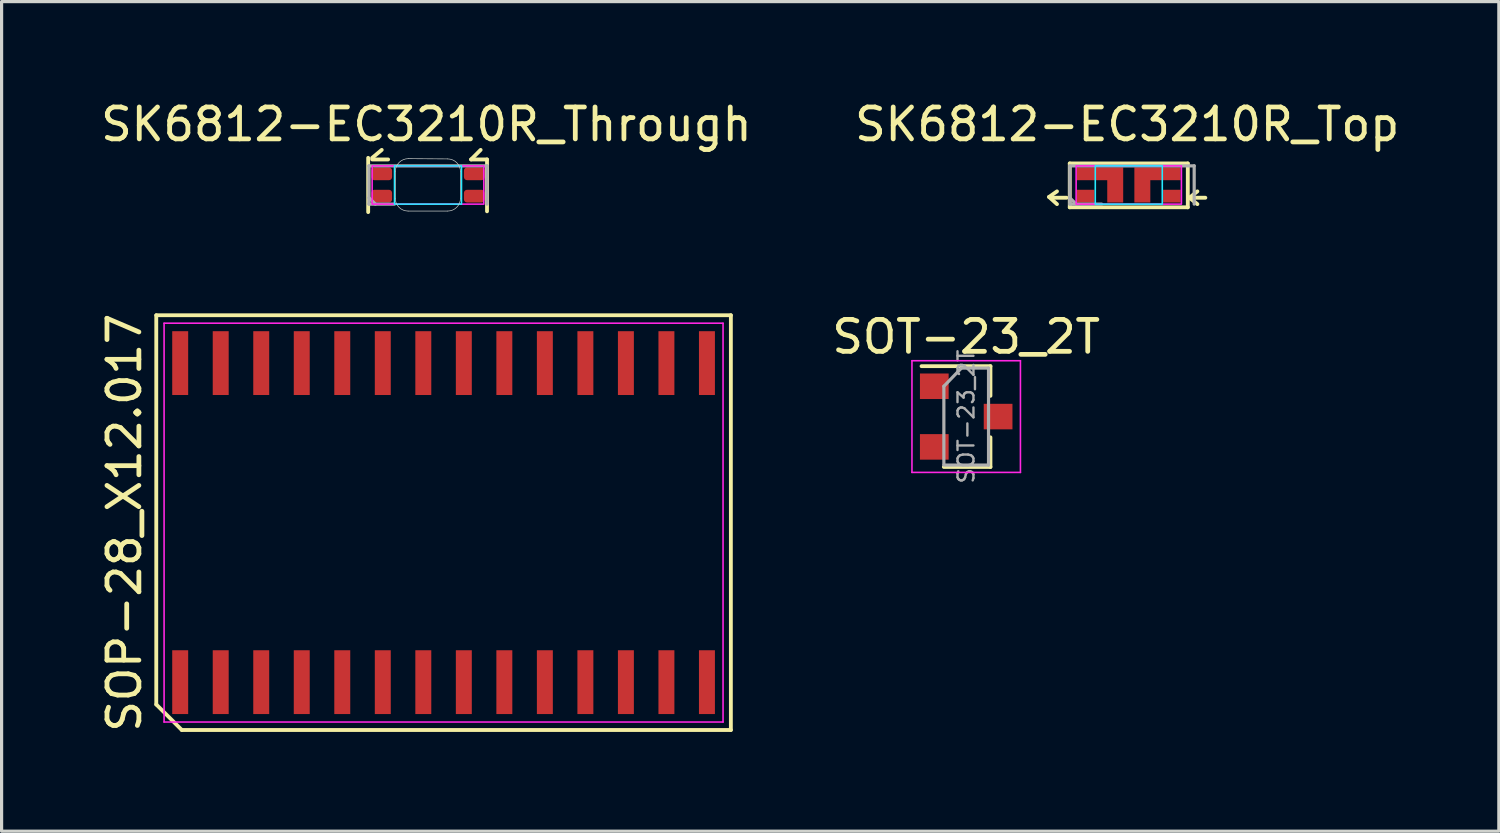
<source format=kicad_pcb>
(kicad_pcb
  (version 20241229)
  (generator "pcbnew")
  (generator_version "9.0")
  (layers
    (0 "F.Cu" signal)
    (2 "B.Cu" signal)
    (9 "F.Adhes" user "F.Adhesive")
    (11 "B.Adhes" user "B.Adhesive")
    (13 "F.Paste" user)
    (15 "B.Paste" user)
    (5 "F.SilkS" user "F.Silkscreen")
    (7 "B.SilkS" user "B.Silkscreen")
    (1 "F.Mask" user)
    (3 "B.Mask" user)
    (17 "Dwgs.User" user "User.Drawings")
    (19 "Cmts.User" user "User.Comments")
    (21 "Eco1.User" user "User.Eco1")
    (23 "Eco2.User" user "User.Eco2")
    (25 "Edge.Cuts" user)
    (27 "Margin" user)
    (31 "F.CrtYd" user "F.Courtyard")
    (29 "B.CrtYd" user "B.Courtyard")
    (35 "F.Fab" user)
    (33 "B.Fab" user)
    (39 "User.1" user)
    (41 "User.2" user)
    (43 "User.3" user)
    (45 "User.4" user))
  (footprint "SK6812-EC3210R_Top"
    (layer "F.Cu")
    (at 32.28 2.748)
    (property "Reference" "SK6812-EC3210R_Top" (at 0 -1.9 0) (layer "F.SilkS") (effects (font (size 1 1) (thickness 0.15))))
    (attr smd)
    (fp_line (start -2.45 0.375) (end -2.2 0.2) (stroke (width 0.12) (type default)) (layer "F.SilkS"))
    (fp_line (start -2.2 0.6) (end -2.45 0.375) (stroke (width 0.12) (type default)) (layer "F.SilkS"))
    (fp_line (start -1.9 0.4) (end -2.4 0.4) (stroke (width 0.12) (type default)) (layer "F.SilkS"))
    (fp_line (start -1.8 -0.675) (end 1.9 -0.675) (stroke (width 0.12) (type solid)) (layer "F.SilkS"))
    (fp_line (start -1.8 0.7) (end -1.8 -0.675) (stroke (width 0.12) (type solid)) (layer "F.SilkS"))
    (fp_line (start -1.8 0.7) (end 1.9 0.7) (stroke (width 0.12) (type solid)) (layer "F.SilkS"))
    (fp_line (start 1.9 -0.675) (end 1.9 0.7) (stroke (width 0.12) (type default)) (layer "F.SilkS"))
    (fp_line (start 1.95 0.4) (end 2.45 0.4) (stroke (width 0.12) (type default)) (layer "F.SilkS"))
    (fp_line (start 2.2 0.2) (end 1.95 0.4) (stroke (width 0.12) (type default)) (layer "F.SilkS"))
    (fp_line (start 2.2 0.6) (end 1.95 0.4) (stroke (width 0.12) (type default)) (layer "F.SilkS"))
    (fp_rect (start -1 -0.6) (end 1.1 0.6) (stroke (width 0.05) (type default)) (fill no) (layer "B.CrtYd"))
    (fp_rect (start -1.6 -0.6) (end 1.7 0.6) (stroke (width 0.05) (type default)) (fill no) (layer "F.CrtYd"))
    (fp_line (start -1.8 -0.6) (end -1.8 0.6) (stroke (width 0.1) (type solid)) (layer "F.Fab"))
    (fp_line (start -1.6 0.6) (end -1.8 0.4) (stroke (width 0.1) (type solid)) (layer "F.Fab"))
    (fp_line (start -0.8 0.6) (end -1.8 0.6) (stroke (width 0.1) (type solid)) (layer "F.Fab"))
    (fp_line (start 2.1 -0.6) (end -1.8 -0.6) (stroke (width 0.1) (type solid)) (layer "F.Fab"))
    (fp_line (start 2.1 -0.6) (end 2.1 0.6) (stroke (width 0.1) (type solid)) (layer "F.Fab"))
    (pad "1" smd custom (at 0.95 -0.35) (size 1.45 0.4) (layers "F.Cu" "F.Mask" "F.Paste") (options (anchor rect)) (primitives (gr_poly (pts (xy -0.225 0.1) (xy -0.725 0.1) (xy -0.725 0.9) (xy -0.225 0.9)) (width 0) (fill yes))))
    (pad "2" smd custom (at -1.3 0.35) (size 0.55 0.4) (layers "F.Cu" "F.Mask" "F.Paste") (options (anchor rect)) (primitives))
    (pad "3" smd custom (at -0.85 -0.35) (size 1.45 0.4) (layers "F.Cu" "F.Mask" "F.Paste") (options (anchor rect)) (primitives (gr_poly (pts (xy 0.725 0.1) (xy 0.725 0.9) (xy 0.225 0.9) (xy 0.225 0.1)) (width 0) (fill yes))))
    (pad "4" smd custom (at 1.4 0.35) (size 0.55 0.4) (layers "F.Cu" "F.Mask" "F.Paste") (options (anchor rect)) (primitives)))
  (footprint "SOP-28_X12.017"
    (layer "F.Cu")
    (at 10.853 13.331)
    (property "Reference" "SOP-28_X12.017" (at -10.005 0 90) (layer "F.SilkS") (effects (font (size 1 1) (thickness 0.15))))
    (attr smd)
    (fp_line (start -9.005 -6.5) (end 9.005 -6.5) (stroke (width 0.12) (type solid)) (layer "F.SilkS"))
    (fp_line (start -9.005 5.7) (end -9.005 -6.5) (stroke (width 0.12) (type solid)) (layer "F.SilkS"))
    (fp_line (start -8.205 6.5) (end -9.005 5.7) (stroke (width 0.12) (type solid)) (layer "F.SilkS"))
    (fp_line (start 9.005 -6.5) (end 9.005 6.5) (stroke (width 0.12) (type solid)) (layer "F.SilkS"))
    (fp_line (start 9.005 6.5) (end -8.205 6.5) (stroke (width 0.12) (type solid)) (layer "F.SilkS"))
    (fp_line (start -8.76 -6.25) (end 8.76 -6.25) (stroke (width 0.05) (type solid)) (layer "F.CrtYd"))
    (fp_line (start -8.76 6.25) (end -8.76 -6.25) (stroke (width 0.05) (type solid)) (layer "F.CrtYd"))
    (fp_line (start 8.76 -6.25) (end 8.76 6.25) (stroke (width 0.05) (type solid)) (layer "F.CrtYd"))
    (fp_line (start 8.76 6.25) (end -8.76 6.25) (stroke (width 0.05) (type solid)) (layer "F.CrtYd"))
    (pad "1" smd rect (at -8.255 5) (size 0.5 2) (layers "F.Cu" "F.Mask" "F.Paste"))
    (pad "2" smd rect (at -6.985 5) (size 0.5 2) (layers "F.Cu" "F.Mask" "F.Paste"))
    (pad "3" smd rect (at -5.715 5) (size 0.5 2) (layers "F.Cu" "F.Mask" "F.Paste"))
    (pad "4" smd rect (at -4.445 5) (size 0.5 2) (layers "F.Cu" "F.Mask" "F.Paste"))
    (pad "5" smd rect (at -3.175 5) (size 0.5 2) (layers "F.Cu" "F.Mask" "F.Paste"))
    (pad "6" smd rect (at -1.905 5) (size 0.5 2) (layers "F.Cu" "F.Mask" "F.Paste"))
    (pad "7" smd rect (at -0.635 5) (size 0.5 2) (layers "F.Cu" "F.Mask" "F.Paste"))
    (pad "8" smd rect (at 0.635 5) (size 0.5 2) (layers "F.Cu" "F.Mask" "F.Paste"))
    (pad "9" smd rect (at 1.905 5) (size 0.5 2) (layers "F.Cu" "F.Mask" "F.Paste"))
    (pad "10" smd rect (at 3.175 5) (size 0.5 2) (layers "F.Cu" "F.Mask" "F.Paste"))
    (pad "11" smd rect (at 4.445 5) (size 0.5 2) (layers "F.Cu" "F.Mask" "F.Paste"))
    (pad "12" smd rect (at 5.715 5) (size 0.5 2) (layers "F.Cu" "F.Mask" "F.Paste"))
    (pad "13" smd rect (at 6.985 5) (size 0.5 2) (layers "F.Cu" "F.Mask" "F.Paste"))
    (pad "14" smd rect (at 8.255 5) (size 0.5 2) (layers "F.Cu" "F.Mask" "F.Paste"))
    (pad "15" smd rect (at 8.255 -5) (size 0.5 2) (layers "F.Cu" "F.Mask" "F.Paste"))
    (pad "16" smd rect (at 6.985 -5) (size 0.5 2) (layers "F.Cu" "F.Mask" "F.Paste"))
    (pad "17" smd rect (at 5.715 -5) (size 0.5 2) (layers "F.Cu" "F.Mask" "F.Paste"))
    (pad "18" smd rect (at 4.445 -5) (size 0.5 2) (layers "F.Cu" "F.Mask" "F.Paste"))
    (pad "19" smd rect (at 3.175 -5) (size 0.5 2) (layers "F.Cu" "F.Mask" "F.Paste"))
    (pad "20" smd rect (at 1.905 -5) (size 0.5 2) (layers "F.Cu" "F.Mask" "F.Paste"))
    (pad "21" smd rect (at 0.635 -5) (size 0.5 2) (layers "F.Cu" "F.Mask" "F.Paste"))
    (pad "22" smd rect (at -0.635 -5) (size 0.5 2) (layers "F.Cu" "F.Mask" "F.Paste"))
    (pad "23" smd rect (at -1.905 -5) (size 0.5 2) (layers "F.Cu" "F.Mask" "F.Paste"))
    (pad "24" smd rect (at -3.175 -5) (size 0.5 2) (layers "F.Cu" "F.Mask" "F.Paste"))
    (pad "25" smd rect (at -4.445 -5) (size 0.5 2) (layers "F.Cu" "F.Mask" "F.Paste"))
    (pad "26" smd rect (at -5.715 -5) (size 0.5 2) (layers "F.Cu" "F.Mask" "F.Paste"))
    (pad "27" smd rect (at -6.985 -5) (size 0.5 2) (layers "F.Cu" "F.Mask" "F.Paste"))
    (pad "28" smd rect (at -8.255 -5) (size 0.5 2) (layers "F.Cu" "F.Mask" "F.Paste")))
  (footprint "SOT-23_2T"
    (layer "F.Cu")
    (at 27.234 10.007)
    (property "Reference" "SOT-23_2T" (at 0 -2.5 0) (layer "F.SilkS") (effects (font (size 1 1) (thickness 0.15))))
    (attr smd)
    (fp_line (start 0.76 -1.58) (end -1.4 -1.58) (stroke (width 0.12) (type solid)) (layer "F.SilkS"))
    (fp_line (start 0.76 -1.58) (end 0.76 -0.65) (stroke (width 0.12) (type solid)) (layer "F.SilkS"))
    (fp_line (start 0.76 1.58) (end -0.7 1.58) (stroke (width 0.12) (type solid)) (layer "F.SilkS"))
    (fp_line (start 0.76 1.58) (end 0.76 0.65) (stroke (width 0.12) (type solid)) (layer "F.SilkS"))
    (fp_line (start -1.7 -1.75) (end 1.7 -1.75) (stroke (width 0.05) (type solid)) (layer "F.CrtYd"))
    (fp_line (start -1.7 1.75) (end -1.7 -1.75) (stroke (width 0.05) (type solid)) (layer "F.CrtYd"))
    (fp_line (start 1.7 -1.75) (end 1.7 1.75) (stroke (width 0.05) (type solid)) (layer "F.CrtYd"))
    (fp_line (start 1.7 1.75) (end -1.7 1.75) (stroke (width 0.05) (type solid)) (layer "F.CrtYd"))
    (fp_line (start -0.7 -0.95) (end -0.7 1.5) (stroke (width 0.1) (type solid)) (layer "F.Fab"))
    (fp_line (start -0.7 -0.95) (end -0.15 -1.52) (stroke (width 0.1) (type solid)) (layer "F.Fab"))
    (fp_line (start -0.7 1.52) (end 0.7 1.52) (stroke (width 0.1) (type solid)) (layer "F.Fab"))
    (fp_line (start -0.15 -1.52) (end 0.7 -1.52) (stroke (width 0.1) (type solid)) (layer "F.Fab"))
    (fp_line (start 0.7 -1.52) (end 0.7 1.52) (stroke (width 0.1) (type solid)) (layer "F.Fab"))
    (fp_text user "${REFERENCE}" (at 0 0 90) (layer "F.Fab") (effects (font (size 0.5 0.5) (thickness 0.075))))
    (pad "1" smd rect (at -1 -0.95) (size 0.9 0.8) (layers "F.Cu" "F.Mask" "F.Paste"))
    (pad "2" smd rect (at 1 0) (size 0.9 0.8) (layers "F.Cu" "F.Mask" "F.Paste"))
    (pad "3" smd rect (at -1 0.95) (size 0.9 0.8) (layers "F.Cu" "F.Mask" "F.Paste")))
  (footprint "SK6812-EC3210R_Through"
    (layer "F.Cu")
    (at 10.315 2.748)
    (property "Reference" "SK6812-EC3210R_Through" (at 0 -1.9 0) (layer "F.SilkS") (effects (font (size 1 1) (thickness 0.15))))
    (attr smd)
    (fp_line (start -1.825 0.85) (end -1.825 -0.85) (stroke (width 0.12) (type solid)) (layer "F.SilkS"))
    (fp_line (start -1.7 -0.85) (end -1.4 -1.1) (stroke (width 0.12) (type default)) (layer "F.SilkS"))
    (fp_line (start -1.2 -0.8) (end -1.7 -0.8) (stroke (width 0.12) (type default)) (layer "F.SilkS"))
    (fp_line (start 1.4 -0.8) (end 1.7 -1.1) (stroke (width 0.12) (type default)) (layer "F.SilkS"))
    (fp_line (start 1.4 -0.8) (end 1.9 -0.8) (stroke (width 0.12) (type default)) (layer "F.SilkS"))
    (fp_line (start 1.9 -0.8) (end 1.9 0.825) (stroke (width 0.12) (type default)) (layer "F.SilkS"))
    (fp_line (start -0.975 -0.417) (end -0.975 0.417) (stroke (width 0.02) (type default)) (layer "Edge.Cuts"))
    (fp_line (start -0.575 0.817) (end 0.667 0.817) (stroke (width 0.02) (type default)) (layer "Edge.Cuts"))
    (fp_line (start -0.567 -0.825) (end 0.667 -0.817) (stroke (width 0.02) (type default)) (layer "Edge.Cuts"))
    (fp_line (start 1.067 0.417) (end 1.067 -0.417) (stroke (width 0.02) (type default)) (layer "Edge.Cuts"))
    (fp_arc (start -0.975 -0.417158) (mid -0.855545 -0.705544) (end -0.567158 -0.824998) (stroke (width 0.02) (type default)) (layer "Edge.Cuts"))
    (fp_arc (start -0.575 0.817158) (mid -0.857841 0.7) (end -0.975 0.417158) (stroke (width 0.02) (type default)) (layer "Edge.Cuts"))
    (fp_arc (start 0.667079 -0.817125) (mid 0.950001 -0.700001) (end 1.067236 -0.417125) (stroke (width 0.02) (type default)) (layer "Edge.Cuts"))
    (fp_arc (start 1.067157 0.417158) (mid 0.949999 0.7) (end 0.667157 0.817158) (stroke (width 0.02) (type default)) (layer "Edge.Cuts"))
    (fp_rect (start -1 -0.6) (end 1.1 0.6) (stroke (width 0.05) (type default)) (fill no) (layer "B.CrtYd"))
    (fp_rect (start -1.7 -0.6) (end 1.8 0.6) (stroke (width 0.05) (type default)) (fill no) (layer "F.CrtYd"))
    (fp_line (start -1.8 -0.6) (end -1.8 0.6) (stroke (width 0.1) (type solid)) (layer "F.Fab"))
    (fp_line (start -1.6 0.6) (end -1.8 0.4) (stroke (width 0.1) (type solid)) (layer "F.Fab"))
    (fp_line (start -1 0.6) (end -1.8 0.6) (stroke (width 0.1) (type solid)) (layer "F.Fab"))
    (fp_line (start 1.9 -0.6) (end -1.8 -0.6) (stroke (width 0.1) (type solid)) (layer "F.Fab"))
    (fp_line (start 1.9 -0.6) (end 1.9 0.6) (stroke (width 0.1) (type solid)) (layer "F.Fab"))
    (pad "1" smd roundrect (at 1.5 0.35) (size 0.65 0.4) (layers "F.Cu" "F.Mask" "F.Paste") (roundrect_rratio 0.25))
    (pad "2" smd roundrect (at -1.4 -0.35) (size 0.65 0.4) (layers "F.Cu" "F.Mask" "F.Paste") (roundrect_rratio 0.25))
    (pad "3" smd roundrect (at -1.4 0.35) (size 0.65 0.4) (layers "F.Cu" "F.Mask" "F.Paste") (roundrect_rratio 0.25))
    (pad "4" smd roundrect (at 1.5 -0.35) (size 0.65 0.4) (layers "F.Cu" "F.Mask" "F.Paste") (roundrect_rratio 0.25)))
  (gr_rect
    (start -3 -3)
    (end 43.929 23.003)
    (stroke (width 0.1) (type default))
    (fill no)
    (layer "Edge.Cuts")))
</source>
